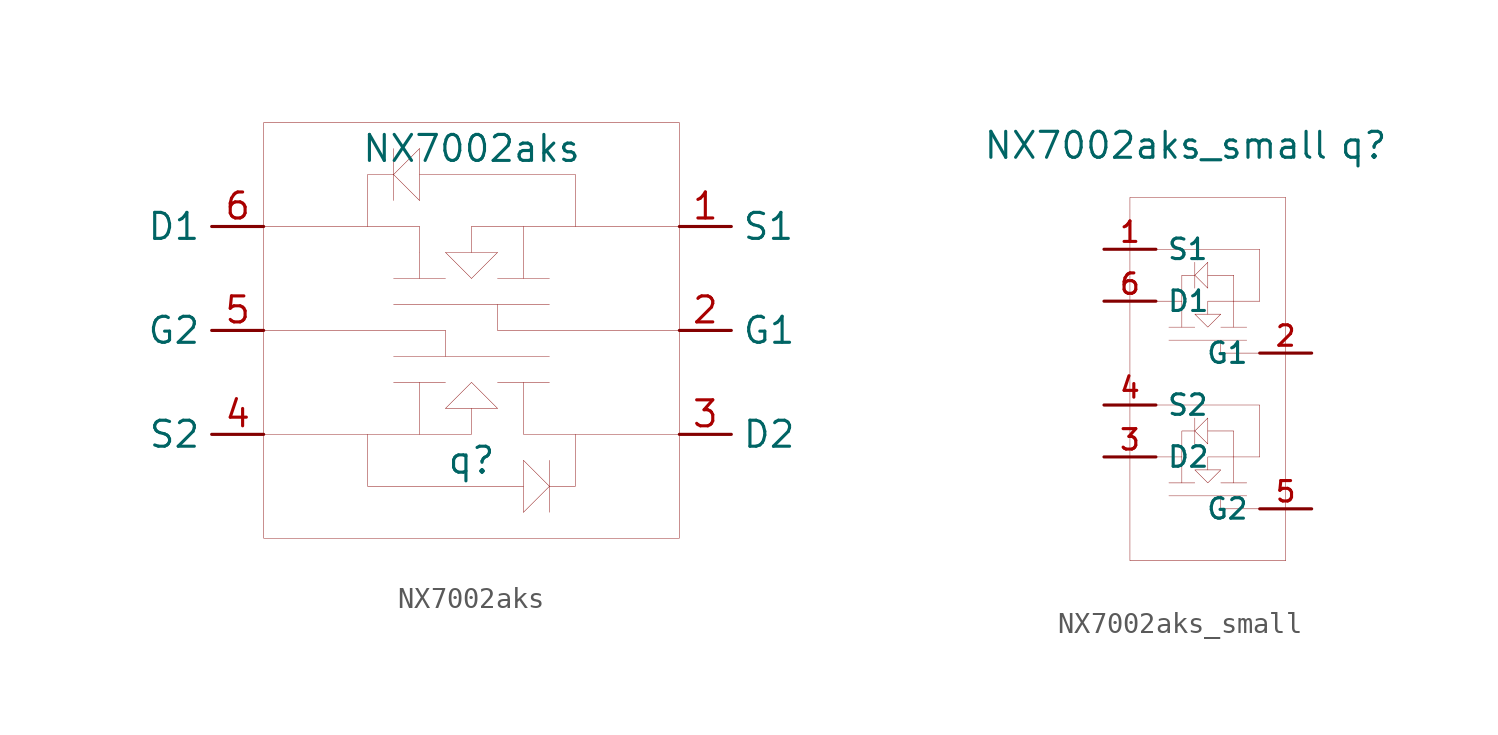
<source format=kicad_sym>
(kicad_symbol_lib
  (version 20201005)
  (generator kicad_symbol_editor)
  (symbol "gasmask:NX7002aks"
    (property "Reference" "q"
      (at 0 -6.35 0)
      (effects (font (size 1.27 1.27))))
    (property "Value" "NX7002aks"
      (at 0 8.89 0)
      (effects (font (size 1.27 1.27))))
    (symbol "NX7002aks_0_1"
      (rectangle (start -10.16 10.16) (end 10.16 -10.16) (stroke (width 0.001)) (fill (type none)))
      (polyline (pts (xy -2.54 5.08) (xy -10.16 5.08)) (stroke (width 0.001)) (fill (type none)))
      (polyline (pts (xy -2.54 5.08) (xy -2.54 3.81)) (stroke (width 0.001)) (fill (type none)))
      (polyline (pts (xy -1.27 3.81) (xy 0 2.54)) (stroke (width 0.001)) (fill (type none)))
      (polyline (pts (xy -1.27 3.81) (xy 1.27 3.81)) (stroke (width 0.001)) (fill (type none)))
      (polyline (pts (xy 0 2.54) (xy 1.27 3.81)) (stroke (width 0.001)) (fill (type none)))
      (polyline (pts (xy -2.54 3.81) (xy -2.54 2.54)) (stroke (width 0.001)) (fill (type none)))
      (polyline (pts (xy -3.81 2.54) (xy -1.27 2.54)) (stroke (width 0.001)) (fill (type none)))
      (polyline (pts (xy 0 5.08) (xy 0 3.81)) (stroke (width 0.001)) (fill (type none)))
      (polyline (pts (xy 0 5.08) (xy 10.16 5.08)) (stroke (width 0.001)) (fill (type none)))
      (polyline (pts (xy 2.54 5.08) (xy 2.54 2.54)) (stroke (width 0.001)) (fill (type none)))
      (polyline (pts (xy 1.27 2.54) (xy 3.81 2.54)) (stroke (width 0.001)) (fill (type none)))
      (polyline (pts (xy -3.81 1.27) (xy 3.81 1.27)) (stroke (width 0.001)) (fill (type none)))
      (polyline (pts (xy -3.81 -1.27) (xy 3.81 -1.27)) (stroke (width 0.001)) (fill (type none)))
      (polyline (pts (xy 1.27 0) (xy 10.16 0) (xy 1.27 0) (xy 1.27 1.27)) (stroke (width 0.001)) (fill (type none)))
      (polyline (pts (xy -1.27 0) (xy -10.16 0)) (stroke (width 0.001)) (fill (type none)))
      (polyline (pts (xy -1.27 0) (xy -1.27 -1.27)) (stroke (width 0.001)) (fill (type none)))
      (polyline (pts (xy -3.81 -2.54) (xy -1.27 -2.54)) (stroke (width 0.001)) (fill (type none)))
      (polyline (pts (xy 1.27 -2.54) (xy 3.81 -2.54)) (stroke (width 0.001)) (fill (type none)))
      (polyline (pts (xy 0 -2.54) (xy 1.27 -3.81)) (stroke (width 0.001)) (fill (type none)))
      (polyline (pts (xy -1.27 -3.81) (xy 0 -2.54)) (stroke (width 0.001)) (fill (type none)))
      (polyline (pts (xy -1.27 -3.81) (xy 1.27 -3.81)) (stroke (width 0.001)) (fill (type none)))
      (polyline (pts (xy 0 -5.08) (xy -10.16 -5.08) (xy 0 -5.08) (xy 0 -3.81)) (stroke (width 0.001)) (fill (type none)))
      (polyline (pts (xy 10.16 -5.08) (xy 2.54 -5.08) (xy 2.54 -2.54)) (stroke (width 0.001)) (fill (type none)))
      (polyline (pts (xy -2.54 -5.08) (xy -2.54 -2.54)) (stroke (width 0.001)) (fill (type none)))
      (polyline (pts (xy -3.81 6.35) (xy -3.81 8.89)) (stroke (width 0.001)) (fill (type none)))
      (polyline (pts (xy 3.81 -6.35) (xy 3.81 -8.89)) (stroke (width 0.001)) (fill (type none)))
      (polyline (pts (xy 3.81 -7.62) (xy 2.54 -6.35)) (stroke (width 0.001)) (fill (type none)))
      (polyline (pts (xy 2.54 -6.35) (xy 2.54 -8.89)) (stroke (width 0.001)) (fill (type none)))
      (polyline (pts (xy 2.54 -8.89) (xy 3.81 -7.62)) (stroke (width 0.001)) (fill (type none)))
      (polyline (pts (xy -3.81 7.62) (xy -2.54 8.89)) (stroke (width 0.001)) (fill (type none)))
      (polyline (pts (xy -2.54 6.35) (xy -2.54 8.89)) (stroke (width 0.001)) (fill (type none)))
      (polyline (pts (xy -2.54 6.35) (xy -3.81 7.62)) (stroke (width 0.001)) (fill (type none)))
      (polyline (pts (xy -3.81 7.62) (xy -5.08 7.62) (xy -5.08 5.08)) (stroke (width 0.001)) (fill (type none)))
      (polyline (pts (xy 3.81 -7.62) (xy 5.08 -7.62) (xy 5.08 -5.08)) (stroke (width 0.001)) (fill (type none)))
      (polyline (pts (xy 5.08 7.62) (xy 5.08 5.08) (xy 5.08 7.62) (xy -2.54 7.62)) (stroke (width 0.001)) (fill (type none)))
      (polyline (pts (xy 2.54 -7.62) (xy -5.08 -7.62) (xy -5.08 -5.08)) (stroke (width 0.001)) (fill (type none))))
    (symbol "NX7002aks_1_1"
      (pin input line (at 10.16 5.08 0) (length 2.54) (name "S1" (effects (font (size 1.27 1.27)))) (number "1" (effects (font (size 1.27 1.27)))))
      (pin input line (at 10.16 0 0) (length 2.54) (name "G1" (effects (font (size 1.27 1.27)))) (number "2" (effects (font (size 1.27 1.27)))))
      (pin input line (at 10.16 -5.08 0) (length 2.54) (name "D2" (effects (font (size 1.27 1.27)))) (number "3" (effects (font (size 1.27 1.27)))))
      (pin input line (at -10.16 5.08 180) (length 2.54) (name "D1" (effects (font (size 1.27 1.27)))) (number "6" (effects (font (size 1.27 1.27)))))
      (pin input line (at -10.16 0 180) (length 2.54) (name "G2" (effects (font (size 1.27 1.27)))) (number "5" (effects (font (size 1.27 1.27)))))
      (pin input line (at -10.16 -5.08 180) (length 2.54) (name "S2" (effects (font (size 1.27 1.27)))) (number "4" (effects (font (size 1.27 1.27)))))))
  (symbol "gasmask:NX7002aks_small"
    (property "Reference" "q"
      (at 10.16 10.16 0)
      (effects (font (size 1.27 1.27))))
    (property "Value" "NX7002aks_small"
      (at 0 10.16 0)
      (effects (font (size 1.27 1.27))))
    (symbol "NX7002aks_small_0_1"
      (rectangle (start -1.27 7.62) (end 6.35 -10.16) (stroke (width 0.001)) (fill (type none)))
      (polyline (pts (xy 3.175 1.905) (xy 1.905 1.905) (xy 2.54 1.27) (xy 3.175 1.905)) (stroke (width 0.001)) (fill (type none)))
      (polyline (pts (xy 1.905 1.27) (xy 0.635 1.27)) (stroke (width 0.001)) (fill (type none)))
      (polyline (pts (xy 3.175 1.27) (xy 4.445 1.27)) (stroke (width 0.001)) (fill (type none)))
      (polyline (pts (xy 3.81 1.27) (xy 3.81 2.54)) (stroke (width 0.001)) (fill (type none)))
      (polyline (pts (xy 1.27 1.27) (xy 1.27 2.54)) (stroke (width 0.001)) (fill (type none)))
      (polyline (pts (xy 2.54 1.905) (xy 2.54 2.54) (xy 5.08 2.54)) (stroke (width 0.001)) (fill (type none)))
      (polyline (pts (xy 2.54 3.175) (xy 2.54 4.445) (xy 1.905 3.81) (xy 2.54 3.175)) (stroke (width 0.001)) (fill (type none)))
      (polyline (pts (xy 1.905 4.445) (xy 1.905 3.175)) (stroke (width 0.001)) (fill (type none)))
      (polyline (pts (xy 1.27 2.54) (xy 0 2.54)) (stroke (width 0.001)) (fill (type none)))
      (polyline (pts (xy 1.27 2.54) (xy 1.27 3.81) (xy 1.905 3.81)) (stroke (width 0.001)) (fill (type none)))
      (polyline (pts (xy 2.54 3.81) (xy 3.81 3.81) (xy 3.81 2.54)) (stroke (width 0.001)) (fill (type none)))
      (polyline (pts (xy 4.445 0.635) (xy 0.635 0.635)) (stroke (width 0.001)) (fill (type none)))
      (polyline (pts (xy 5.08 0) (xy 3.175 0) (xy 3.175 0.635)) (stroke (width 0.001)) (fill (type none)))
      (polyline (pts (xy 5.715 0) (xy 5.08 0)) (stroke (width 0.001)) (fill (type none)))
      (polyline (pts (xy 0 2.54) (xy -0.635 2.54)) (stroke (width 0.001)) (fill (type none)))
      (polyline (pts (xy 5.08 2.54) (xy 5.08 5.08) (xy 0 5.08)) (stroke (width 0.001)) (fill (type none)))
      (polyline (pts (xy 1.27 -6.35) (xy 1.27 -5.08)) (stroke (width 0.001)) (fill (type none)))
      (polyline (pts (xy 1.27 -5.08) (xy 0 -5.08)) (stroke (width 0.001)) (fill (type none)))
      (polyline (pts (xy 1.27 -5.08) (xy 1.27 -3.81) (xy 1.905 -3.81)) (stroke (width 0.001)) (fill (type none)))
      (polyline (pts (xy 2.54 -3.81) (xy 3.81 -3.81) (xy 3.81 -5.08)) (stroke (width 0.001)) (fill (type none)))
      (polyline (pts (xy 4.445 -6.985) (xy 0.635 -6.985)) (stroke (width 0.001)) (fill (type none)))
      (polyline (pts (xy 3.81 -6.35) (xy 3.81 -5.08)) (stroke (width 0.001)) (fill (type none)))
      (polyline (pts (xy 1.905 -3.175) (xy 1.905 -4.445)) (stroke (width 0.001)) (fill (type none)))
      (polyline (pts (xy 0 -5.08) (xy -0.635 -5.08)) (stroke (width 0.001)) (fill (type none)))
      (polyline (pts (xy 3.175 -5.715) (xy 1.905 -5.715) (xy 2.54 -6.35) (xy 3.175 -5.715)) (stroke (width 0.001)) (fill (type none)))
      (polyline (pts (xy 2.54 -5.715) (xy 2.54 -5.08) (xy 5.08 -5.08)) (stroke (width 0.001)) (fill (type none)))
      (polyline (pts (xy 2.54 -4.445) (xy 2.54 -3.175) (xy 1.905 -3.81) (xy 2.54 -4.445)) (stroke (width 0.001)) (fill (type none)))
      (polyline (pts (xy 5.08 -7.62) (xy 3.175 -7.62) (xy 3.175 -6.985)) (stroke (width 0.001)) (fill (type none)))
      (polyline (pts (xy 1.905 -6.35) (xy 0.635 -6.35)) (stroke (width 0.001)) (fill (type none)))
      (polyline (pts (xy 5.715 -7.62) (xy 5.08 -7.62)) (stroke (width 0.001)) (fill (type none)))
      (polyline (pts (xy 5.08 -5.08) (xy 5.08 -2.54) (xy 0 -2.54)) (stroke (width 0.001)) (fill (type none)))
      (polyline (pts (xy 3.175 -6.35) (xy 4.445 -6.35)) (stroke (width 0.001)) (fill (type none))))
    (symbol "NX7002aks_small_1_1"
      (pin input line (at -2.54 5.08 0) (length 2.54) (name "S1" (effects (font (size 1 1)))) (number "1" (effects (font (size 1 1)))))
      (pin input line (at 7.62 0 180) (length 2.54) (name "G1" (effects (font (size 1 1)))) (number "2" (effects (font (size 1 1)))))
      (pin input line (at -2.54 -5.08 0) (length 2.54) (name "D2" (effects (font (size 1 1)))) (number "3" (effects (font (size 1 1)))))
      (pin input line (at -2.54 2.54 0) (length 2.54) (name "D1" (effects (font (size 1 1)))) (number "6" (effects (font (size 1 1)))))
      (pin input line (at 7.62 -7.62 180) (length 2.54) (name "G2" (effects (font (size 1 1)))) (number "5" (effects (font (size 1 1)))))
      (pin input line (at -2.54 -2.54 0) (length 2.54) (name "S2" (effects (font (size 1 1)))) (number "4" (effects (font (size 1 1))))))))
</source>
